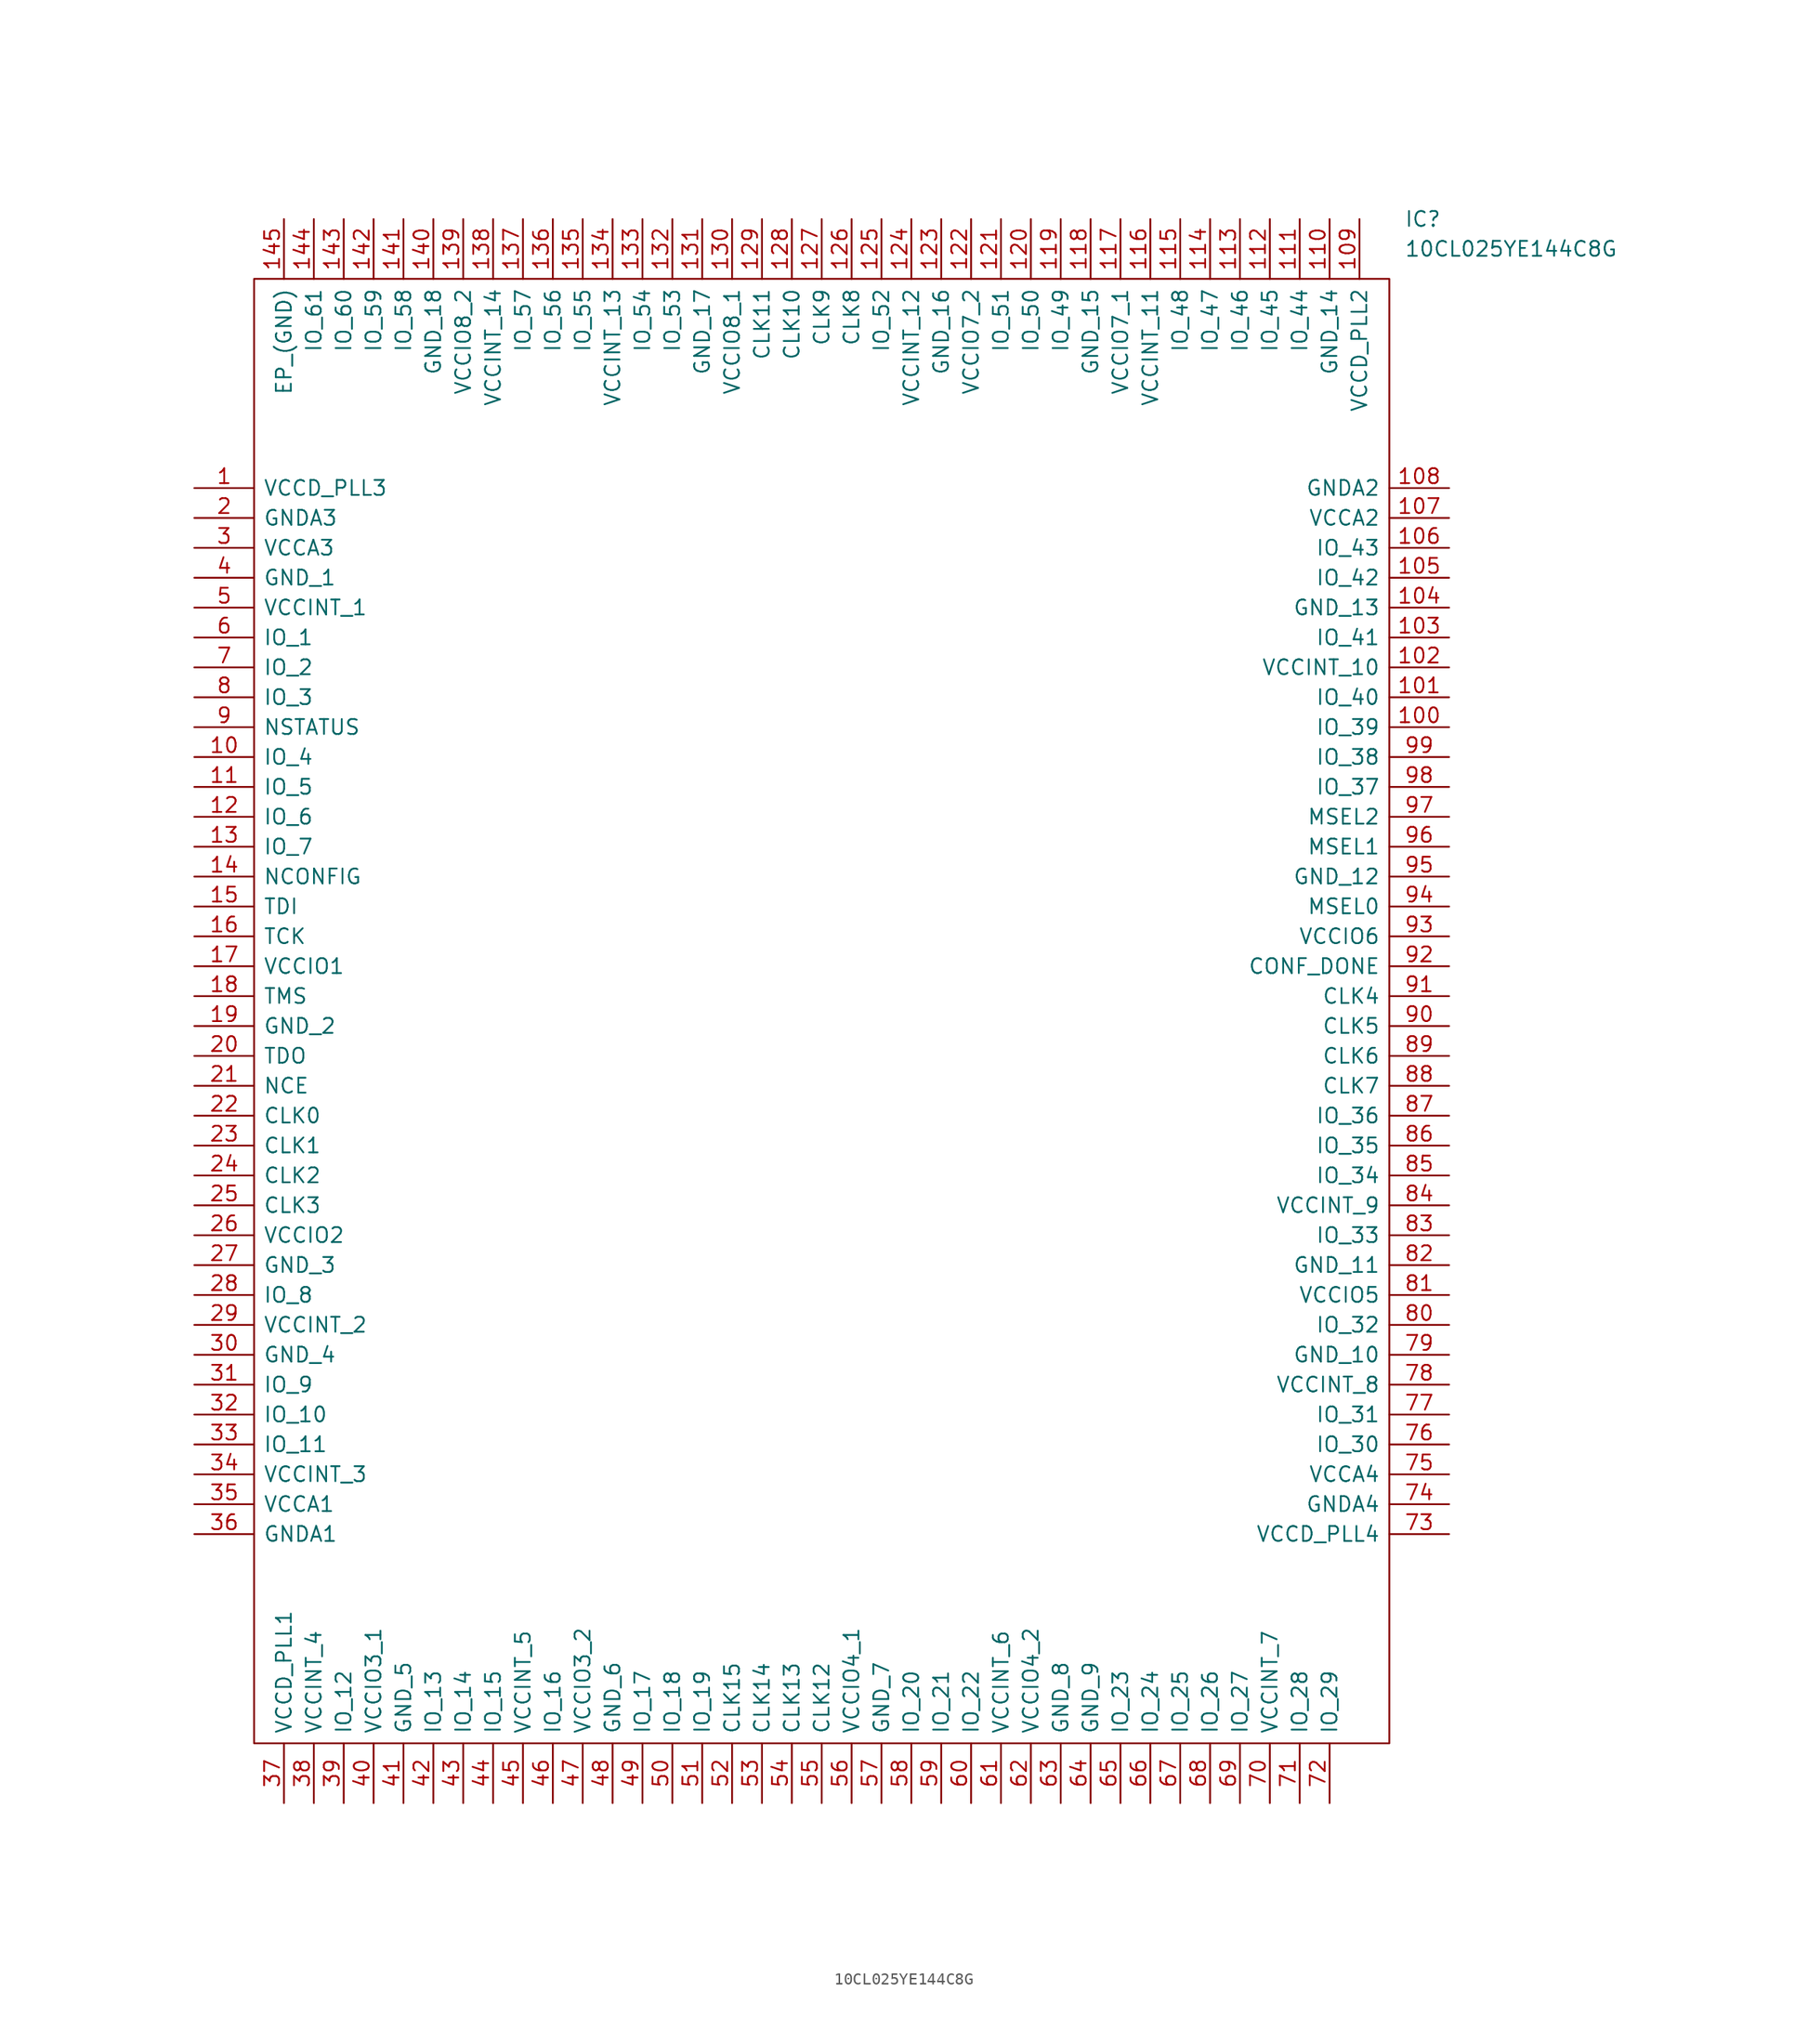
<source format=kicad_sym>
(kicad_symbol_lib
  (version 20211014)
  (generator kicad_symbol_editor)
  (symbol "10CL025YE144C8G"
    (pin_names
      (offset 0.762))
    (property "Reference" "IC"
      (at 102.87 22.86 0)
      (effects (font (size 1.27 1.27)) (justify left)))
    (property "Value" "10CL025YE144C8G"
      (at 102.87 20.32 0)
      (effects (font (size 1.27 1.27)) (justify left)))
    (symbol "10CL025YE144C8G_0_0"
      (pin bidirectional line (at 0 0 0) (length 5.08) (name "VCCD_PLL3" (effects (font (size 1.27 1.27)))) (number "1" (effects (font (size 1.27 1.27)))))
      (pin bidirectional line (at 0 -22.86 0) (length 5.08) (name "IO_4" (effects (font (size 1.27 1.27)))) (number "10" (effects (font (size 1.27 1.27)))))
      (pin bidirectional line (at 106.68 -20.32 180) (length 5.08) (name "IO_39" (effects (font (size 1.27 1.27)))) (number "100" (effects (font (size 1.27 1.27)))))
      (pin bidirectional line (at 106.68 -17.78 180) (length 5.08) (name "IO_40" (effects (font (size 1.27 1.27)))) (number "101" (effects (font (size 1.27 1.27)))))
      (pin bidirectional line (at 106.68 -15.24 180) (length 5.08) (name "VCCINT_10" (effects (font (size 1.27 1.27)))) (number "102" (effects (font (size 1.27 1.27)))))
      (pin bidirectional line (at 106.68 -12.7 180) (length 5.08) (name "IO_41" (effects (font (size 1.27 1.27)))) (number "103" (effects (font (size 1.27 1.27)))))
      (pin bidirectional line (at 106.68 -10.16 180) (length 5.08) (name "GND_13" (effects (font (size 1.27 1.27)))) (number "104" (effects (font (size 1.27 1.27)))))
      (pin bidirectional line (at 106.68 -7.62 180) (length 5.08) (name "IO_42" (effects (font (size 1.27 1.27)))) (number "105" (effects (font (size 1.27 1.27)))))
      (pin bidirectional line (at 106.68 -5.08 180) (length 5.08) (name "IO_43" (effects (font (size 1.27 1.27)))) (number "106" (effects (font (size 1.27 1.27)))))
      (pin bidirectional line (at 106.68 -2.54 180) (length 5.08) (name "VCCA2" (effects (font (size 1.27 1.27)))) (number "107" (effects (font (size 1.27 1.27)))))
      (pin bidirectional line (at 106.68 0 180) (length 5.08) (name "GNDA2" (effects (font (size 1.27 1.27)))) (number "108" (effects (font (size 1.27 1.27)))))
      (pin bidirectional line (at 99.06 22.86 270) (length 5.08) (name "VCCD_PLL2" (effects (font (size 1.27 1.27)))) (number "109" (effects (font (size 1.27 1.27)))))
      (pin bidirectional line (at 0 -25.4 0) (length 5.08) (name "IO_5" (effects (font (size 1.27 1.27)))) (number "11" (effects (font (size 1.27 1.27)))))
      (pin bidirectional line (at 96.52 22.86 270) (length 5.08) (name "GND_14" (effects (font (size 1.27 1.27)))) (number "110" (effects (font (size 1.27 1.27)))))
      (pin bidirectional line (at 93.98 22.86 270) (length 5.08) (name "IO_44" (effects (font (size 1.27 1.27)))) (number "111" (effects (font (size 1.27 1.27)))))
      (pin bidirectional line (at 91.44 22.86 270) (length 5.08) (name "IO_45" (effects (font (size 1.27 1.27)))) (number "112" (effects (font (size 1.27 1.27)))))
      (pin bidirectional line (at 88.9 22.86 270) (length 5.08) (name "IO_46" (effects (font (size 1.27 1.27)))) (number "113" (effects (font (size 1.27 1.27)))))
      (pin bidirectional line (at 86.36 22.86 270) (length 5.08) (name "IO_47" (effects (font (size 1.27 1.27)))) (number "114" (effects (font (size 1.27 1.27)))))
      (pin bidirectional line (at 83.82 22.86 270) (length 5.08) (name "IO_48" (effects (font (size 1.27 1.27)))) (number "115" (effects (font (size 1.27 1.27)))))
      (pin bidirectional line (at 81.28 22.86 270) (length 5.08) (name "VCCINT_11" (effects (font (size 1.27 1.27)))) (number "116" (effects (font (size 1.27 1.27)))))
      (pin bidirectional line (at 78.74 22.86 270) (length 5.08) (name "VCCIO7_1" (effects (font (size 1.27 1.27)))) (number "117" (effects (font (size 1.27 1.27)))))
      (pin bidirectional line (at 76.2 22.86 270) (length 5.08) (name "GND_15" (effects (font (size 1.27 1.27)))) (number "118" (effects (font (size 1.27 1.27)))))
      (pin bidirectional line (at 73.66 22.86 270) (length 5.08) (name "IO_49" (effects (font (size 1.27 1.27)))) (number "119" (effects (font (size 1.27 1.27)))))
      (pin bidirectional line (at 0 -27.94 0) (length 5.08) (name "IO_6" (effects (font (size 1.27 1.27)))) (number "12" (effects (font (size 1.27 1.27)))))
      (pin bidirectional line (at 71.12 22.86 270) (length 5.08) (name "IO_50" (effects (font (size 1.27 1.27)))) (number "120" (effects (font (size 1.27 1.27)))))
      (pin bidirectional line (at 68.58 22.86 270) (length 5.08) (name "IO_51" (effects (font (size 1.27 1.27)))) (number "121" (effects (font (size 1.27 1.27)))))
      (pin bidirectional line (at 66.04 22.86 270) (length 5.08) (name "VCCIO7_2" (effects (font (size 1.27 1.27)))) (number "122" (effects (font (size 1.27 1.27)))))
      (pin bidirectional line (at 63.5 22.86 270) (length 5.08) (name "GND_16" (effects (font (size 1.27 1.27)))) (number "123" (effects (font (size 1.27 1.27)))))
      (pin bidirectional line (at 60.96 22.86 270) (length 5.08) (name "VCCINT_12" (effects (font (size 1.27 1.27)))) (number "124" (effects (font (size 1.27 1.27)))))
      (pin bidirectional line (at 58.42 22.86 270) (length 5.08) (name "IO_52" (effects (font (size 1.27 1.27)))) (number "125" (effects (font (size 1.27 1.27)))))
      (pin bidirectional line (at 55.88 22.86 270) (length 5.08) (name "CLK8" (effects (font (size 1.27 1.27)))) (number "126" (effects (font (size 1.27 1.27)))))
      (pin bidirectional line (at 53.34 22.86 270) (length 5.08) (name "CLK9" (effects (font (size 1.27 1.27)))) (number "127" (effects (font (size 1.27 1.27)))))
      (pin bidirectional line (at 50.8 22.86 270) (length 5.08) (name "CLK10" (effects (font (size 1.27 1.27)))) (number "128" (effects (font (size 1.27 1.27)))))
      (pin bidirectional line (at 48.26 22.86 270) (length 5.08) (name "CLK11" (effects (font (size 1.27 1.27)))) (number "129" (effects (font (size 1.27 1.27)))))
      (pin bidirectional line (at 0 -30.48 0) (length 5.08) (name "IO_7" (effects (font (size 1.27 1.27)))) (number "13" (effects (font (size 1.27 1.27)))))
      (pin bidirectional line (at 45.72 22.86 270) (length 5.08) (name "VCCIO8_1" (effects (font (size 1.27 1.27)))) (number "130" (effects (font (size 1.27 1.27)))))
      (pin bidirectional line (at 43.18 22.86 270) (length 5.08) (name "GND_17" (effects (font (size 1.27 1.27)))) (number "131" (effects (font (size 1.27 1.27)))))
      (pin bidirectional line (at 40.64 22.86 270) (length 5.08) (name "IO_53" (effects (font (size 1.27 1.27)))) (number "132" (effects (font (size 1.27 1.27)))))
      (pin bidirectional line (at 38.1 22.86 270) (length 5.08) (name "IO_54" (effects (font (size 1.27 1.27)))) (number "133" (effects (font (size 1.27 1.27)))))
      (pin bidirectional line (at 35.56 22.86 270) (length 5.08) (name "VCCINT_13" (effects (font (size 1.27 1.27)))) (number "134" (effects (font (size 1.27 1.27)))))
      (pin bidirectional line (at 33.02 22.86 270) (length 5.08) (name "IO_55" (effects (font (size 1.27 1.27)))) (number "135" (effects (font (size 1.27 1.27)))))
      (pin bidirectional line (at 30.48 22.86 270) (length 5.08) (name "IO_56" (effects (font (size 1.27 1.27)))) (number "136" (effects (font (size 1.27 1.27)))))
      (pin bidirectional line (at 27.94 22.86 270) (length 5.08) (name "IO_57" (effects (font (size 1.27 1.27)))) (number "137" (effects (font (size 1.27 1.27)))))
      (pin bidirectional line (at 25.4 22.86 270) (length 5.08) (name "VCCINT_14" (effects (font (size 1.27 1.27)))) (number "138" (effects (font (size 1.27 1.27)))))
      (pin bidirectional line (at 22.86 22.86 270) (length 5.08) (name "VCCIO8_2" (effects (font (size 1.27 1.27)))) (number "139" (effects (font (size 1.27 1.27)))))
      (pin bidirectional line (at 0 -33.02 0) (length 5.08) (name "NCONFIG" (effects (font (size 1.27 1.27)))) (number "14" (effects (font (size 1.27 1.27)))))
      (pin bidirectional line (at 20.32 22.86 270) (length 5.08) (name "GND_18" (effects (font (size 1.27 1.27)))) (number "140" (effects (font (size 1.27 1.27)))))
      (pin bidirectional line (at 17.78 22.86 270) (length 5.08) (name "IO_58" (effects (font (size 1.27 1.27)))) (number "141" (effects (font (size 1.27 1.27)))))
      (pin bidirectional line (at 15.24 22.86 270) (length 5.08) (name "IO_59" (effects (font (size 1.27 1.27)))) (number "142" (effects (font (size 1.27 1.27)))))
      (pin bidirectional line (at 12.7 22.86 270) (length 5.08) (name "IO_60" (effects (font (size 1.27 1.27)))) (number "143" (effects (font (size 1.27 1.27)))))
      (pin bidirectional line (at 10.16 22.86 270) (length 5.08) (name "IO_61" (effects (font (size 1.27 1.27)))) (number "144" (effects (font (size 1.27 1.27)))))
      (pin bidirectional line (at 7.62 22.86 270) (length 5.08) (name "EP_(GND)" (effects (font (size 1.27 1.27)))) (number "145" (effects (font (size 1.27 1.27)))))
      (pin bidirectional line (at 0 -35.56 0) (length 5.08) (name "TDI" (effects (font (size 1.27 1.27)))) (number "15" (effects (font (size 1.27 1.27)))))
      (pin bidirectional line (at 0 -38.1 0) (length 5.08) (name "TCK" (effects (font (size 1.27 1.27)))) (number "16" (effects (font (size 1.27 1.27)))))
      (pin bidirectional line (at 0 -40.64 0) (length 5.08) (name "VCCIO1" (effects (font (size 1.27 1.27)))) (number "17" (effects (font (size 1.27 1.27)))))
      (pin bidirectional line (at 0 -43.18 0) (length 5.08) (name "TMS" (effects (font (size 1.27 1.27)))) (number "18" (effects (font (size 1.27 1.27)))))
      (pin bidirectional line (at 0 -45.72 0) (length 5.08) (name "GND_2" (effects (font (size 1.27 1.27)))) (number "19" (effects (font (size 1.27 1.27)))))
      (pin bidirectional line (at 0 -2.54 0) (length 5.08) (name "GNDA3" (effects (font (size 1.27 1.27)))) (number "2" (effects (font (size 1.27 1.27)))))
      (pin bidirectional line (at 0 -48.26 0) (length 5.08) (name "TDO" (effects (font (size 1.27 1.27)))) (number "20" (effects (font (size 1.27 1.27)))))
      (pin bidirectional line (at 0 -50.8 0) (length 5.08) (name "NCE" (effects (font (size 1.27 1.27)))) (number "21" (effects (font (size 1.27 1.27)))))
      (pin bidirectional line (at 0 -53.34 0) (length 5.08) (name "CLK0" (effects (font (size 1.27 1.27)))) (number "22" (effects (font (size 1.27 1.27)))))
      (pin bidirectional line (at 0 -55.88 0) (length 5.08) (name "CLK1" (effects (font (size 1.27 1.27)))) (number "23" (effects (font (size 1.27 1.27)))))
      (pin bidirectional line (at 0 -58.42 0) (length 5.08) (name "CLK2" (effects (font (size 1.27 1.27)))) (number "24" (effects (font (size 1.27 1.27)))))
      (pin bidirectional line (at 0 -60.96 0) (length 5.08) (name "CLK3" (effects (font (size 1.27 1.27)))) (number "25" (effects (font (size 1.27 1.27)))))
      (pin bidirectional line (at 0 -63.5 0) (length 5.08) (name "VCCIO2" (effects (font (size 1.27 1.27)))) (number "26" (effects (font (size 1.27 1.27)))))
      (pin bidirectional line (at 0 -66.04 0) (length 5.08) (name "GND_3" (effects (font (size 1.27 1.27)))) (number "27" (effects (font (size 1.27 1.27)))))
      (pin bidirectional line (at 0 -68.58 0) (length 5.08) (name "IO_8" (effects (font (size 1.27 1.27)))) (number "28" (effects (font (size 1.27 1.27)))))
      (pin bidirectional line (at 0 -71.12 0) (length 5.08) (name "VCCINT_2" (effects (font (size 1.27 1.27)))) (number "29" (effects (font (size 1.27 1.27)))))
      (pin bidirectional line (at 0 -5.08 0) (length 5.08) (name "VCCA3" (effects (font (size 1.27 1.27)))) (number "3" (effects (font (size 1.27 1.27)))))
      (pin bidirectional line (at 0 -73.66 0) (length 5.08) (name "GND_4" (effects (font (size 1.27 1.27)))) (number "30" (effects (font (size 1.27 1.27)))))
      (pin bidirectional line (at 0 -76.2 0) (length 5.08) (name "IO_9" (effects (font (size 1.27 1.27)))) (number "31" (effects (font (size 1.27 1.27)))))
      (pin bidirectional line (at 0 -78.74 0) (length 5.08) (name "IO_10" (effects (font (size 1.27 1.27)))) (number "32" (effects (font (size 1.27 1.27)))))
      (pin bidirectional line (at 0 -81.28 0) (length 5.08) (name "IO_11" (effects (font (size 1.27 1.27)))) (number "33" (effects (font (size 1.27 1.27)))))
      (pin bidirectional line (at 0 -83.82 0) (length 5.08) (name "VCCINT_3" (effects (font (size 1.27 1.27)))) (number "34" (effects (font (size 1.27 1.27)))))
      (pin bidirectional line (at 0 -86.36 0) (length 5.08) (name "VCCA1" (effects (font (size 1.27 1.27)))) (number "35" (effects (font (size 1.27 1.27)))))
      (pin bidirectional line (at 0 -88.9 0) (length 5.08) (name "GNDA1" (effects (font (size 1.27 1.27)))) (number "36" (effects (font (size 1.27 1.27)))))
      (pin bidirectional line (at 7.62 -111.76 90) (length 5.08) (name "VCCD_PLL1" (effects (font (size 1.27 1.27)))) (number "37" (effects (font (size 1.27 1.27)))))
      (pin bidirectional line (at 10.16 -111.76 90) (length 5.08) (name "VCCINT_4" (effects (font (size 1.27 1.27)))) (number "38" (effects (font (size 1.27 1.27)))))
      (pin bidirectional line (at 12.7 -111.76 90) (length 5.08) (name "IO_12" (effects (font (size 1.27 1.27)))) (number "39" (effects (font (size 1.27 1.27)))))
      (pin bidirectional line (at 0 -7.62 0) (length 5.08) (name "GND_1" (effects (font (size 1.27 1.27)))) (number "4" (effects (font (size 1.27 1.27)))))
      (pin bidirectional line (at 15.24 -111.76 90) (length 5.08) (name "VCCIO3_1" (effects (font (size 1.27 1.27)))) (number "40" (effects (font (size 1.27 1.27)))))
      (pin bidirectional line (at 17.78 -111.76 90) (length 5.08) (name "GND_5" (effects (font (size 1.27 1.27)))) (number "41" (effects (font (size 1.27 1.27)))))
      (pin bidirectional line (at 20.32 -111.76 90) (length 5.08) (name "IO_13" (effects (font (size 1.27 1.27)))) (number "42" (effects (font (size 1.27 1.27)))))
      (pin bidirectional line (at 22.86 -111.76 90) (length 5.08) (name "IO_14" (effects (font (size 1.27 1.27)))) (number "43" (effects (font (size 1.27 1.27)))))
      (pin bidirectional line (at 25.4 -111.76 90) (length 5.08) (name "IO_15" (effects (font (size 1.27 1.27)))) (number "44" (effects (font (size 1.27 1.27)))))
      (pin bidirectional line (at 27.94 -111.76 90) (length 5.08) (name "VCCINT_5" (effects (font (size 1.27 1.27)))) (number "45" (effects (font (size 1.27 1.27)))))
      (pin bidirectional line (at 30.48 -111.76 90) (length 5.08) (name "IO_16" (effects (font (size 1.27 1.27)))) (number "46" (effects (font (size 1.27 1.27)))))
      (pin bidirectional line (at 33.02 -111.76 90) (length 5.08) (name "VCCIO3_2" (effects (font (size 1.27 1.27)))) (number "47" (effects (font (size 1.27 1.27)))))
      (pin bidirectional line (at 35.56 -111.76 90) (length 5.08) (name "GND_6" (effects (font (size 1.27 1.27)))) (number "48" (effects (font (size 1.27 1.27)))))
      (pin bidirectional line (at 38.1 -111.76 90) (length 5.08) (name "IO_17" (effects (font (size 1.27 1.27)))) (number "49" (effects (font (size 1.27 1.27)))))
      (pin bidirectional line (at 0 -10.16 0) (length 5.08) (name "VCCINT_1" (effects (font (size 1.27 1.27)))) (number "5" (effects (font (size 1.27 1.27)))))
      (pin bidirectional line (at 40.64 -111.76 90) (length 5.08) (name "IO_18" (effects (font (size 1.27 1.27)))) (number "50" (effects (font (size 1.27 1.27)))))
      (pin bidirectional line (at 43.18 -111.76 90) (length 5.08) (name "IO_19" (effects (font (size 1.27 1.27)))) (number "51" (effects (font (size 1.27 1.27)))))
      (pin bidirectional line (at 45.72 -111.76 90) (length 5.08) (name "CLK15" (effects (font (size 1.27 1.27)))) (number "52" (effects (font (size 1.27 1.27)))))
      (pin bidirectional line (at 48.26 -111.76 90) (length 5.08) (name "CLK14" (effects (font (size 1.27 1.27)))) (number "53" (effects (font (size 1.27 1.27)))))
      (pin bidirectional line (at 50.8 -111.76 90) (length 5.08) (name "CLK13" (effects (font (size 1.27 1.27)))) (number "54" (effects (font (size 1.27 1.27)))))
      (pin bidirectional line (at 53.34 -111.76 90) (length 5.08) (name "CLK12" (effects (font (size 1.27 1.27)))) (number "55" (effects (font (size 1.27 1.27)))))
      (pin bidirectional line (at 55.88 -111.76 90) (length 5.08) (name "VCCIO4_1" (effects (font (size 1.27 1.27)))) (number "56" (effects (font (size 1.27 1.27)))))
      (pin bidirectional line (at 58.42 -111.76 90) (length 5.08) (name "GND_7" (effects (font (size 1.27 1.27)))) (number "57" (effects (font (size 1.27 1.27)))))
      (pin bidirectional line (at 60.96 -111.76 90) (length 5.08) (name "IO_20" (effects (font (size 1.27 1.27)))) (number "58" (effects (font (size 1.27 1.27)))))
      (pin bidirectional line (at 63.5 -111.76 90) (length 5.08) (name "IO_21" (effects (font (size 1.27 1.27)))) (number "59" (effects (font (size 1.27 1.27)))))
      (pin bidirectional line (at 0 -12.7 0) (length 5.08) (name "IO_1" (effects (font (size 1.27 1.27)))) (number "6" (effects (font (size 1.27 1.27)))))
      (pin bidirectional line (at 66.04 -111.76 90) (length 5.08) (name "IO_22" (effects (font (size 1.27 1.27)))) (number "60" (effects (font (size 1.27 1.27)))))
      (pin bidirectional line (at 68.58 -111.76 90) (length 5.08) (name "VCCINT_6" (effects (font (size 1.27 1.27)))) (number "61" (effects (font (size 1.27 1.27)))))
      (pin bidirectional line (at 71.12 -111.76 90) (length 5.08) (name "VCCIO4_2" (effects (font (size 1.27 1.27)))) (number "62" (effects (font (size 1.27 1.27)))))
      (pin bidirectional line (at 73.66 -111.76 90) (length 5.08) (name "GND_8" (effects (font (size 1.27 1.27)))) (number "63" (effects (font (size 1.27 1.27)))))
      (pin bidirectional line (at 76.2 -111.76 90) (length 5.08) (name "GND_9" (effects (font (size 1.27 1.27)))) (number "64" (effects (font (size 1.27 1.27)))))
      (pin bidirectional line (at 78.74 -111.76 90) (length 5.08) (name "IO_23" (effects (font (size 1.27 1.27)))) (number "65" (effects (font (size 1.27 1.27)))))
      (pin bidirectional line (at 81.28 -111.76 90) (length 5.08) (name "IO_24" (effects (font (size 1.27 1.27)))) (number "66" (effects (font (size 1.27 1.27)))))
      (pin bidirectional line (at 83.82 -111.76 90) (length 5.08) (name "IO_25" (effects (font (size 1.27 1.27)))) (number "67" (effects (font (size 1.27 1.27)))))
      (pin bidirectional line (at 86.36 -111.76 90) (length 5.08) (name "IO_26" (effects (font (size 1.27 1.27)))) (number "68" (effects (font (size 1.27 1.27)))))
      (pin bidirectional line (at 88.9 -111.76 90) (length 5.08) (name "IO_27" (effects (font (size 1.27 1.27)))) (number "69" (effects (font (size 1.27 1.27)))))
      (pin bidirectional line (at 0 -15.24 0) (length 5.08) (name "IO_2" (effects (font (size 1.27 1.27)))) (number "7" (effects (font (size 1.27 1.27)))))
      (pin bidirectional line (at 91.44 -111.76 90) (length 5.08) (name "VCCINT_7" (effects (font (size 1.27 1.27)))) (number "70" (effects (font (size 1.27 1.27)))))
      (pin bidirectional line (at 93.98 -111.76 90) (length 5.08) (name "IO_28" (effects (font (size 1.27 1.27)))) (number "71" (effects (font (size 1.27 1.27)))))
      (pin bidirectional line (at 96.52 -111.76 90) (length 5.08) (name "IO_29" (effects (font (size 1.27 1.27)))) (number "72" (effects (font (size 1.27 1.27)))))
      (pin bidirectional line (at 106.68 -88.9 180) (length 5.08) (name "VCCD_PLL4" (effects (font (size 1.27 1.27)))) (number "73" (effects (font (size 1.27 1.27)))))
      (pin bidirectional line (at 106.68 -86.36 180) (length 5.08) (name "GNDA4" (effects (font (size 1.27 1.27)))) (number "74" (effects (font (size 1.27 1.27)))))
      (pin bidirectional line (at 106.68 -83.82 180) (length 5.08) (name "VCCA4" (effects (font (size 1.27 1.27)))) (number "75" (effects (font (size 1.27 1.27)))))
      (pin bidirectional line (at 106.68 -81.28 180) (length 5.08) (name "IO_30" (effects (font (size 1.27 1.27)))) (number "76" (effects (font (size 1.27 1.27)))))
      (pin bidirectional line (at 106.68 -78.74 180) (length 5.08) (name "IO_31" (effects (font (size 1.27 1.27)))) (number "77" (effects (font (size 1.27 1.27)))))
      (pin bidirectional line (at 106.68 -76.2 180) (length 5.08) (name "VCCINT_8" (effects (font (size 1.27 1.27)))) (number "78" (effects (font (size 1.27 1.27)))))
      (pin bidirectional line (at 106.68 -73.66 180) (length 5.08) (name "GND_10" (effects (font (size 1.27 1.27)))) (number "79" (effects (font (size 1.27 1.27)))))
      (pin bidirectional line (at 0 -17.78 0) (length 5.08) (name "IO_3" (effects (font (size 1.27 1.27)))) (number "8" (effects (font (size 1.27 1.27)))))
      (pin bidirectional line (at 106.68 -71.12 180) (length 5.08) (name "IO_32" (effects (font (size 1.27 1.27)))) (number "80" (effects (font (size 1.27 1.27)))))
      (pin bidirectional line (at 106.68 -68.58 180) (length 5.08) (name "VCCIO5" (effects (font (size 1.27 1.27)))) (number "81" (effects (font (size 1.27 1.27)))))
      (pin bidirectional line (at 106.68 -66.04 180) (length 5.08) (name "GND_11" (effects (font (size 1.27 1.27)))) (number "82" (effects (font (size 1.27 1.27)))))
      (pin bidirectional line (at 106.68 -63.5 180) (length 5.08) (name "IO_33" (effects (font (size 1.27 1.27)))) (number "83" (effects (font (size 1.27 1.27)))))
      (pin bidirectional line (at 106.68 -60.96 180) (length 5.08) (name "VCCINT_9" (effects (font (size 1.27 1.27)))) (number "84" (effects (font (size 1.27 1.27)))))
      (pin bidirectional line (at 106.68 -58.42 180) (length 5.08) (name "IO_34" (effects (font (size 1.27 1.27)))) (number "85" (effects (font (size 1.27 1.27)))))
      (pin bidirectional line (at 106.68 -55.88 180) (length 5.08) (name "IO_35" (effects (font (size 1.27 1.27)))) (number "86" (effects (font (size 1.27 1.27)))))
      (pin bidirectional line (at 106.68 -53.34 180) (length 5.08) (name "IO_36" (effects (font (size 1.27 1.27)))) (number "87" (effects (font (size 1.27 1.27)))))
      (pin bidirectional line (at 106.68 -50.8 180) (length 5.08) (name "CLK7" (effects (font (size 1.27 1.27)))) (number "88" (effects (font (size 1.27 1.27)))))
      (pin bidirectional line (at 106.68 -48.26 180) (length 5.08) (name "CLK6" (effects (font (size 1.27 1.27)))) (number "89" (effects (font (size 1.27 1.27)))))
      (pin bidirectional line (at 0 -20.32 0) (length 5.08) (name "NSTATUS" (effects (font (size 1.27 1.27)))) (number "9" (effects (font (size 1.27 1.27)))))
      (pin bidirectional line (at 106.68 -45.72 180) (length 5.08) (name "CLK5" (effects (font (size 1.27 1.27)))) (number "90" (effects (font (size 1.27 1.27)))))
      (pin bidirectional line (at 106.68 -43.18 180) (length 5.08) (name "CLK4" (effects (font (size 1.27 1.27)))) (number "91" (effects (font (size 1.27 1.27)))))
      (pin bidirectional line (at 106.68 -40.64 180) (length 5.08) (name "CONF_DONE" (effects (font (size 1.27 1.27)))) (number "92" (effects (font (size 1.27 1.27)))))
      (pin bidirectional line (at 106.68 -38.1 180) (length 5.08) (name "VCCIO6" (effects (font (size 1.27 1.27)))) (number "93" (effects (font (size 1.27 1.27)))))
      (pin bidirectional line (at 106.68 -35.56 180) (length 5.08) (name "MSEL0" (effects (font (size 1.27 1.27)))) (number "94" (effects (font (size 1.27 1.27)))))
      (pin bidirectional line (at 106.68 -33.02 180) (length 5.08) (name "GND_12" (effects (font (size 1.27 1.27)))) (number "95" (effects (font (size 1.27 1.27)))))
      (pin bidirectional line (at 106.68 -30.48 180) (length 5.08) (name "MSEL1" (effects (font (size 1.27 1.27)))) (number "96" (effects (font (size 1.27 1.27)))))
      (pin bidirectional line (at 106.68 -27.94 180) (length 5.08) (name "MSEL2" (effects (font (size 1.27 1.27)))) (number "97" (effects (font (size 1.27 1.27)))))
      (pin bidirectional line (at 106.68 -25.4 180) (length 5.08) (name "IO_37" (effects (font (size 1.27 1.27)))) (number "98" (effects (font (size 1.27 1.27)))))
      (pin bidirectional line (at 106.68 -22.86 180) (length 5.08) (name "IO_38" (effects (font (size 1.27 1.27)))) (number "99" (effects (font (size 1.27 1.27))))))
    (symbol "10CL025YE144C8G_0_1"
      (polyline (pts (xy 5.08 17.78) (xy 101.6 17.78) (xy 101.6 -106.68) (xy 5.08 -106.68) (xy 5.08 17.78)) (stroke (width 0.152) (type default) (color 0 0 0 0)) (fill (type none))))))
</source>
